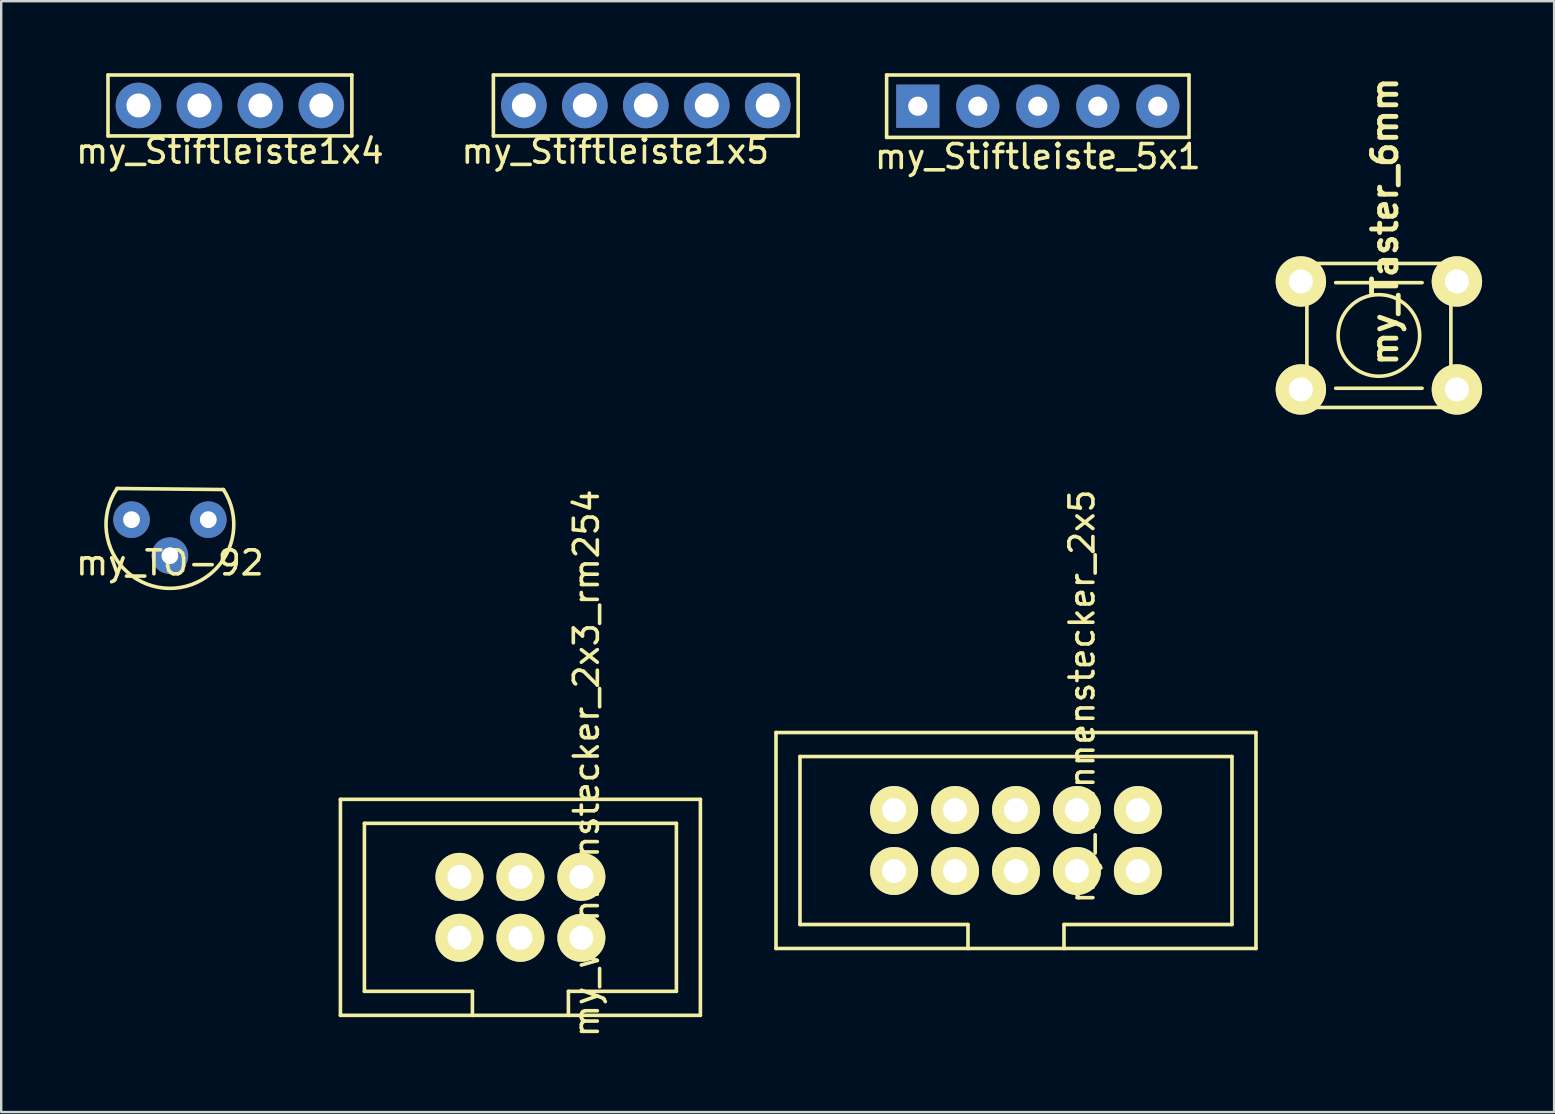
<source format=kicad_pcb>
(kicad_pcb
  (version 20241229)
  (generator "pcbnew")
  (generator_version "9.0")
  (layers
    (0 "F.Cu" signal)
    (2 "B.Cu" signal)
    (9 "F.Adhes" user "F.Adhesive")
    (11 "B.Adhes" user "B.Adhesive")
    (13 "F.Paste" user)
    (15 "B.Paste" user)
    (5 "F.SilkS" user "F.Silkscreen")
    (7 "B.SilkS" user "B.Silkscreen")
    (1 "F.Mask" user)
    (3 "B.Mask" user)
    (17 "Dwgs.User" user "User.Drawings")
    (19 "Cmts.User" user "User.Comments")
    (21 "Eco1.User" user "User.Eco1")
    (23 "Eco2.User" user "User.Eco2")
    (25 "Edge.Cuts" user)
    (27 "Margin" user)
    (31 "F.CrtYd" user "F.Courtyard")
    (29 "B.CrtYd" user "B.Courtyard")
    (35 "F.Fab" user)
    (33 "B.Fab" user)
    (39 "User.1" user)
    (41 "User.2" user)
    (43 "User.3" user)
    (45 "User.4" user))
  (footprint "my_TO-92"
    (layer "F.Cu")
    (at 4.03 18.804)
    (property "Reference" "my_TO-92" (at 0 1.6 0) (layer "F.SilkS") (effects (font (size 1 1) (thickness 0.15))))
    (attr through_hole)
    (fp_line (start 2.23 -1.455) (end -2.2 -1.5) (stroke (width 0.15) (type solid)) (layer "F.SilkS"))
    (fp_arc (start 2.230309 -1.45455) (mid -0.027314 2.662564) (end -2.199999 -1.499999) (stroke (width 0.15) (type solid)) (layer "F.SilkS"))
    (pad "1" thru_hole circle (at 1.6 -0.2) (size 1.524 1.524) (drill 0.7) (layers "*.Cu" "*.Mask"))
    (pad "2" thru_hole circle (at 0 1.3) (size 1.524 1.524) (drill 0.7) (layers "*.Cu" "*.Mask"))
    (pad "3" thru_hole circle (at -1.6 -0.2) (size 1.524 1.524) (drill 0.7) (layers "*.Cu" "*.Mask")))
  (footprint "my_Stiftleiste1x4"
    (layer "F.Cu")
    (at 6.53 1.345)
    (property "Reference" "my_Stiftleiste1x4" (at 0 1.905 0) (layer "F.SilkS") (effects (font (size 1 1) (thickness 0.15))))
    (attr through_hole)
    (fp_line (start -5.08 -1.27) (end 5.08 -1.27) (stroke (width 0.15) (type solid)) (layer "F.SilkS"))
    (fp_line (start -5.08 1.27) (end -5.08 -1.27) (stroke (width 0.15) (type solid)) (layer "F.SilkS"))
    (fp_line (start 2.54 1.27) (end -2.54 1.27) (stroke (width 0.15) (type solid)) (layer "F.SilkS"))
    (fp_line (start 5.08 -1.27) (end 5.08 1.27) (stroke (width 0.15) (type solid)) (layer "F.SilkS"))
    (fp_line (start 5.08 1.27) (end -5.08 1.27) (stroke (width 0.15) (type solid)) (layer "F.SilkS"))
    (pad "1" thru_hole circle (at -3.81 0) (size 1.9 1.9) (drill 1) (layers "*.Cu" "*.Mask"))
    (pad "2" thru_hole circle (at -1.27 0) (size 1.9 1.9) (drill 1) (layers "*.Cu" "*.Mask"))
    (pad "3" thru_hole circle (at 1.27 0) (size 1.9 1.9) (drill 1) (layers "*.Cu" "*.Mask"))
    (pad "4" thru_hole circle (at 3.81 0) (size 1.9 1.9) (drill 1) (layers "*.Cu" "*.Mask")))
  (footprint "my_Taster_6mm"
    (layer "F.Cu")
    (at 54.407 10.928)
    (property "Reference" "my_Taster_6mm" (at 0.25 -4.75 90) (layer "F.SilkS") (effects (font (size 1.016 1.016) (thickness 0.203))))
    (attr through_hole)
    (fp_line (start -3 -3) (end 3 -3) (stroke (width 0.15) (type solid)) (layer "F.SilkS"))
    (fp_line (start -3 3) (end -3 -3) (stroke (width 0.15) (type solid)) (layer "F.SilkS"))
    (fp_line (start -1.8 -2.2) (end 1.8 -2.2) (stroke (width 0.15) (type solid)) (layer "F.SilkS"))
    (fp_line (start -1.8 2.2) (end 1.8 2.2) (stroke (width 0.15) (type solid)) (layer "F.SilkS"))
    (fp_line (start 3 -3) (end 3 3) (stroke (width 0.15) (type solid)) (layer "F.SilkS"))
    (fp_line (start 3 3) (end -3 3) (stroke (width 0.15) (type solid)) (layer "F.SilkS"))
    (fp_circle (center 0 0) (end 1.7 0) (stroke (width 0.15) (type solid)) (fill no) (layer "F.SilkS"))
    (pad "1" thru_hole circle (at -3.251 -2.25) (size 2.1 2.1) (drill 1) (layers "*.Cu" "*.Mask" "F.SilkS"))
    (pad "1" thru_hole circle (at 3.251 -2.25) (size 2.1 2.1) (drill 1) (layers "*.Cu" "*.Mask" "F.SilkS"))
    (pad "2" thru_hole circle (at -3.251 2.25) (size 2.1 2.1) (drill 1) (layers "*.Cu" "*.Mask" "F.SilkS"))
    (pad "2" thru_hole circle (at 3.251 2.25) (size 2.1 2.1) (drill 1) (layers "*.Cu" "*.Mask" "F.SilkS")))
  (footprint "my_wannenstecker_2x5"
    (layer "F.Cu")
    (at 39.285 31.973)
    (property "Reference" "my_wannenstecker_2x5" (at 2.75 -6 270) (layer "F.SilkS") (effects (font (size 1 1) (thickness 0.15))))
    (attr through_hole)
    (fp_line (start -10 -4.5) (end 10 -4.5) (stroke (width 0.15) (type solid)) (layer "F.SilkS"))
    (fp_line (start -10 4.5) (end -10 -4.5) (stroke (width 0.15) (type solid)) (layer "F.SilkS"))
    (fp_line (start -9 -3.5) (end 9 -3.5) (stroke (width 0.15) (type solid)) (layer "F.SilkS"))
    (fp_line (start -9 3.5) (end -9 -3.5) (stroke (width 0.15) (type solid)) (layer "F.SilkS"))
    (fp_line (start -2 3.5) (end -9 3.5) (stroke (width 0.15) (type solid)) (layer "F.SilkS"))
    (fp_line (start -2 4.5) (end -10 4.5) (stroke (width 0.15) (type solid)) (layer "F.SilkS"))
    (fp_line (start -2 4.5) (end -2 3.5) (stroke (width 0.15) (type solid)) (layer "F.SilkS"))
    (fp_line (start -2 4.5) (end 2 4.5) (stroke (width 0.15) (type solid)) (layer "F.SilkS"))
    (fp_line (start 2 3.5) (end 2 4.5) (stroke (width 0.15) (type solid)) (layer "F.SilkS"))
    (fp_line (start 9 -3.5) (end 9 3.5) (stroke (width 0.15) (type solid)) (layer "F.SilkS"))
    (fp_line (start 9 3.5) (end 2 3.5) (stroke (width 0.15) (type solid)) (layer "F.SilkS"))
    (fp_line (start 10 -4.5) (end 10 4.5) (stroke (width 0.15) (type solid)) (layer "F.SilkS"))
    (fp_line (start 10 4.5) (end 2 4.5) (stroke (width 0.15) (type solid)) (layer "F.SilkS"))
    (pad "1" thru_hole circle (at -5.08 1.27) (size 2 2) (drill 1) (layers "*.Cu" "*.Mask" "F.SilkS"))
    (pad "2" thru_hole circle (at -5.08 -1.27) (size 2 2) (drill 1) (layers "*.Cu" "*.Mask" "F.SilkS"))
    (pad "3" thru_hole circle (at -2.54 1.27) (size 2 2) (drill 1) (layers "*.Cu" "*.Mask" "F.SilkS"))
    (pad "4" thru_hole circle (at -2.54 -1.27) (size 2 2) (drill 1) (layers "*.Cu" "*.Mask" "F.SilkS"))
    (pad "5" thru_hole circle (at 0 1.27) (size 2 2) (drill 1) (layers "*.Cu" "*.Mask" "F.SilkS"))
    (pad "6" thru_hole circle (at 0 -1.27) (size 2 2) (drill 1) (layers "*.Cu" "*.Mask" "F.SilkS"))
    (pad "7" thru_hole circle (at 2.54 1.27) (size 2 2) (drill 1) (layers "*.Cu" "*.Mask" "F.SilkS"))
    (pad "8" thru_hole circle (at 2.54 -1.27) (size 2 2) (drill 1) (layers "*.Cu" "*.Mask" "F.SilkS"))
    (pad "9" thru_hole circle (at 5.08 1.27) (size 2 2) (drill 1) (layers "*.Cu" "*.Mask" "F.SilkS"))
    (pad "10" thru_hole circle (at 5.08 -1.27) (size 2 2) (drill 1) (layers "*.Cu" "*.Mask" "F.SilkS")))
  (footprint "my_Stiftleiste1x5"
    (layer "F.Cu")
    (at 22.589 1.345)
    (property "Reference" "my_Stiftleiste1x5" (at 0 1.905 0) (layer "F.SilkS") (effects (font (size 1 1) (thickness 0.15))))
    (attr through_hole)
    (fp_line (start -5.08 -1.27) (end 7.62 -1.27) (stroke (width 0.15) (type solid)) (layer "F.SilkS"))
    (fp_line (start -5.08 1.27) (end -5.08 -1.27) (stroke (width 0.15) (type solid)) (layer "F.SilkS"))
    (fp_line (start 7.62 -1.27) (end 7.62 1.27) (stroke (width 0.15) (type solid)) (layer "F.SilkS"))
    (fp_line (start 7.62 1.27) (end -5.08 1.27) (stroke (width 0.15) (type solid)) (layer "F.SilkS"))
    (pad "1" thru_hole circle (at -3.81 0) (size 1.9 1.9) (drill 1) (layers "*.Cu" "*.Mask"))
    (pad "2" thru_hole circle (at -1.27 0) (size 1.9 1.9) (drill 1) (layers "*.Cu" "*.Mask"))
    (pad "3" thru_hole circle (at 1.27 0) (size 1.9 1.9) (drill 1) (layers "*.Cu" "*.Mask"))
    (pad "4" thru_hole circle (at 3.81 0) (size 1.9 1.9) (drill 1) (layers "*.Cu" "*.Mask"))
    (pad "5" thru_hole circle (at 6.35 0) (size 1.9 1.9) (drill 1) (layers "*.Cu" "*.Mask")))
  (footprint "my_wannenstecker_2x3_rm254"
    (layer "F.Cu")
    (at 18.635 34.758)
    (property "Reference" "my_wannenstecker_2x3_rm254" (at 2.75 -6 270) (layer "F.SilkS") (effects (font (size 1 1) (thickness 0.15))))
    (attr through_hole)
    (fp_line (start -7.5 -4.5) (end 7.5 -4.5) (stroke (width 0.15) (type solid)) (layer "F.SilkS"))
    (fp_line (start -7.5 4.5) (end -7.5 -4.5) (stroke (width 0.15) (type solid)) (layer "F.SilkS"))
    (fp_line (start -6.5 -3.5) (end 6.5 -3.5) (stroke (width 0.15) (type solid)) (layer "F.SilkS"))
    (fp_line (start -6.5 3.5) (end -6.5 -3.5) (stroke (width 0.15) (type solid)) (layer "F.SilkS"))
    (fp_line (start -2 3.5) (end -6.5 3.5) (stroke (width 0.15) (type solid)) (layer "F.SilkS"))
    (fp_line (start -2 4.5) (end -7.5 4.5) (stroke (width 0.15) (type solid)) (layer "F.SilkS"))
    (fp_line (start -2 4.5) (end -2 3.5) (stroke (width 0.15) (type solid)) (layer "F.SilkS"))
    (fp_line (start -2 4.5) (end 2 4.5) (stroke (width 0.15) (type solid)) (layer "F.SilkS"))
    (fp_line (start 2 3.5) (end 2 4.5) (stroke (width 0.15) (type solid)) (layer "F.SilkS"))
    (fp_line (start 6.5 -3.5) (end 6.5 3.5) (stroke (width 0.15) (type solid)) (layer "F.SilkS"))
    (fp_line (start 6.5 3.5) (end 2 3.5) (stroke (width 0.15) (type solid)) (layer "F.SilkS"))
    (fp_line (start 7.5 -4.5) (end 7.5 4.5) (stroke (width 0.15) (type solid)) (layer "F.SilkS"))
    (fp_line (start 7.5 4.5) (end 2 4.5) (stroke (width 0.15) (type solid)) (layer "F.SilkS"))
    (pad "1" thru_hole circle (at -2.54 1.27) (size 2 2) (drill 1) (layers "*.Cu" "*.Mask" "F.SilkS"))
    (pad "2" thru_hole circle (at -2.54 -1.27) (size 2 2) (drill 1) (layers "*.Cu" "*.Mask" "F.SilkS"))
    (pad "3" thru_hole circle (at 0 1.27) (size 2 2) (drill 1) (layers "*.Cu" "*.Mask" "F.SilkS"))
    (pad "4" thru_hole circle (at 0 -1.27) (size 2 2) (drill 1) (layers "*.Cu" "*.Mask" "F.SilkS"))
    (pad "5" thru_hole circle (at 2.54 1.27) (size 2 2) (drill 1) (layers "*.Cu" "*.Mask" "F.SilkS"))
    (pad "6" thru_hole circle (at 2.54 -1.27) (size 2 2) (drill 1) (layers "*.Cu" "*.Mask" "F.SilkS")))
  (footprint "my_Stiftleiste_5x1"
    (layer "F.Cu")
    (at 40.195 1.375)
    (property "Reference" "my_Stiftleiste_5x1" (at 0 2.1 0) (layer "F.SilkS") (effects (font (size 1 1) (thickness 0.15))))
    (attr through_hole)
    (fp_line (start -6.3 -1.3) (end 6.3 -1.3) (stroke (width 0.15) (type solid)) (layer "F.SilkS"))
    (fp_line (start -6.3 1.3) (end -6.3 -1.3) (stroke (width 0.15) (type solid)) (layer "F.SilkS"))
    (fp_line (start 6.3 -1.3) (end 6.3 1.3) (stroke (width 0.15) (type solid)) (layer "F.SilkS"))
    (fp_line (start 6.3 1.3) (end -6.3 1.3) (stroke (width 0.15) (type solid)) (layer "F.SilkS"))
    (pad "1" thru_hole rect (at -5 0) (size 1.8 1.8) (drill 0.8) (layers "*.Cu" "*.Mask"))
    (pad "2" thru_hole circle (at -2.5 0) (size 1.8 1.8) (drill 0.8) (layers "*.Cu" "*.Mask"))
    (pad "3" thru_hole circle (at 0 0) (size 1.8 1.8) (drill 0.8) (layers "*.Cu" "*.Mask"))
    (pad "4" thru_hole circle (at 2.5 0) (size 1.8 1.8) (drill 0.8) (layers "*.Cu" "*.Mask"))
    (pad "5" thru_hole circle (at 5 0) (size 1.8 1.8) (drill 0.8) (layers "*.Cu" "*.Mask")))
  (gr_rect
    (start -3 -3)
    (end 61.708 43.288)
    (stroke (width 0.1) (type default))
    (fill no)
    (layer "Edge.Cuts")))
</source>
